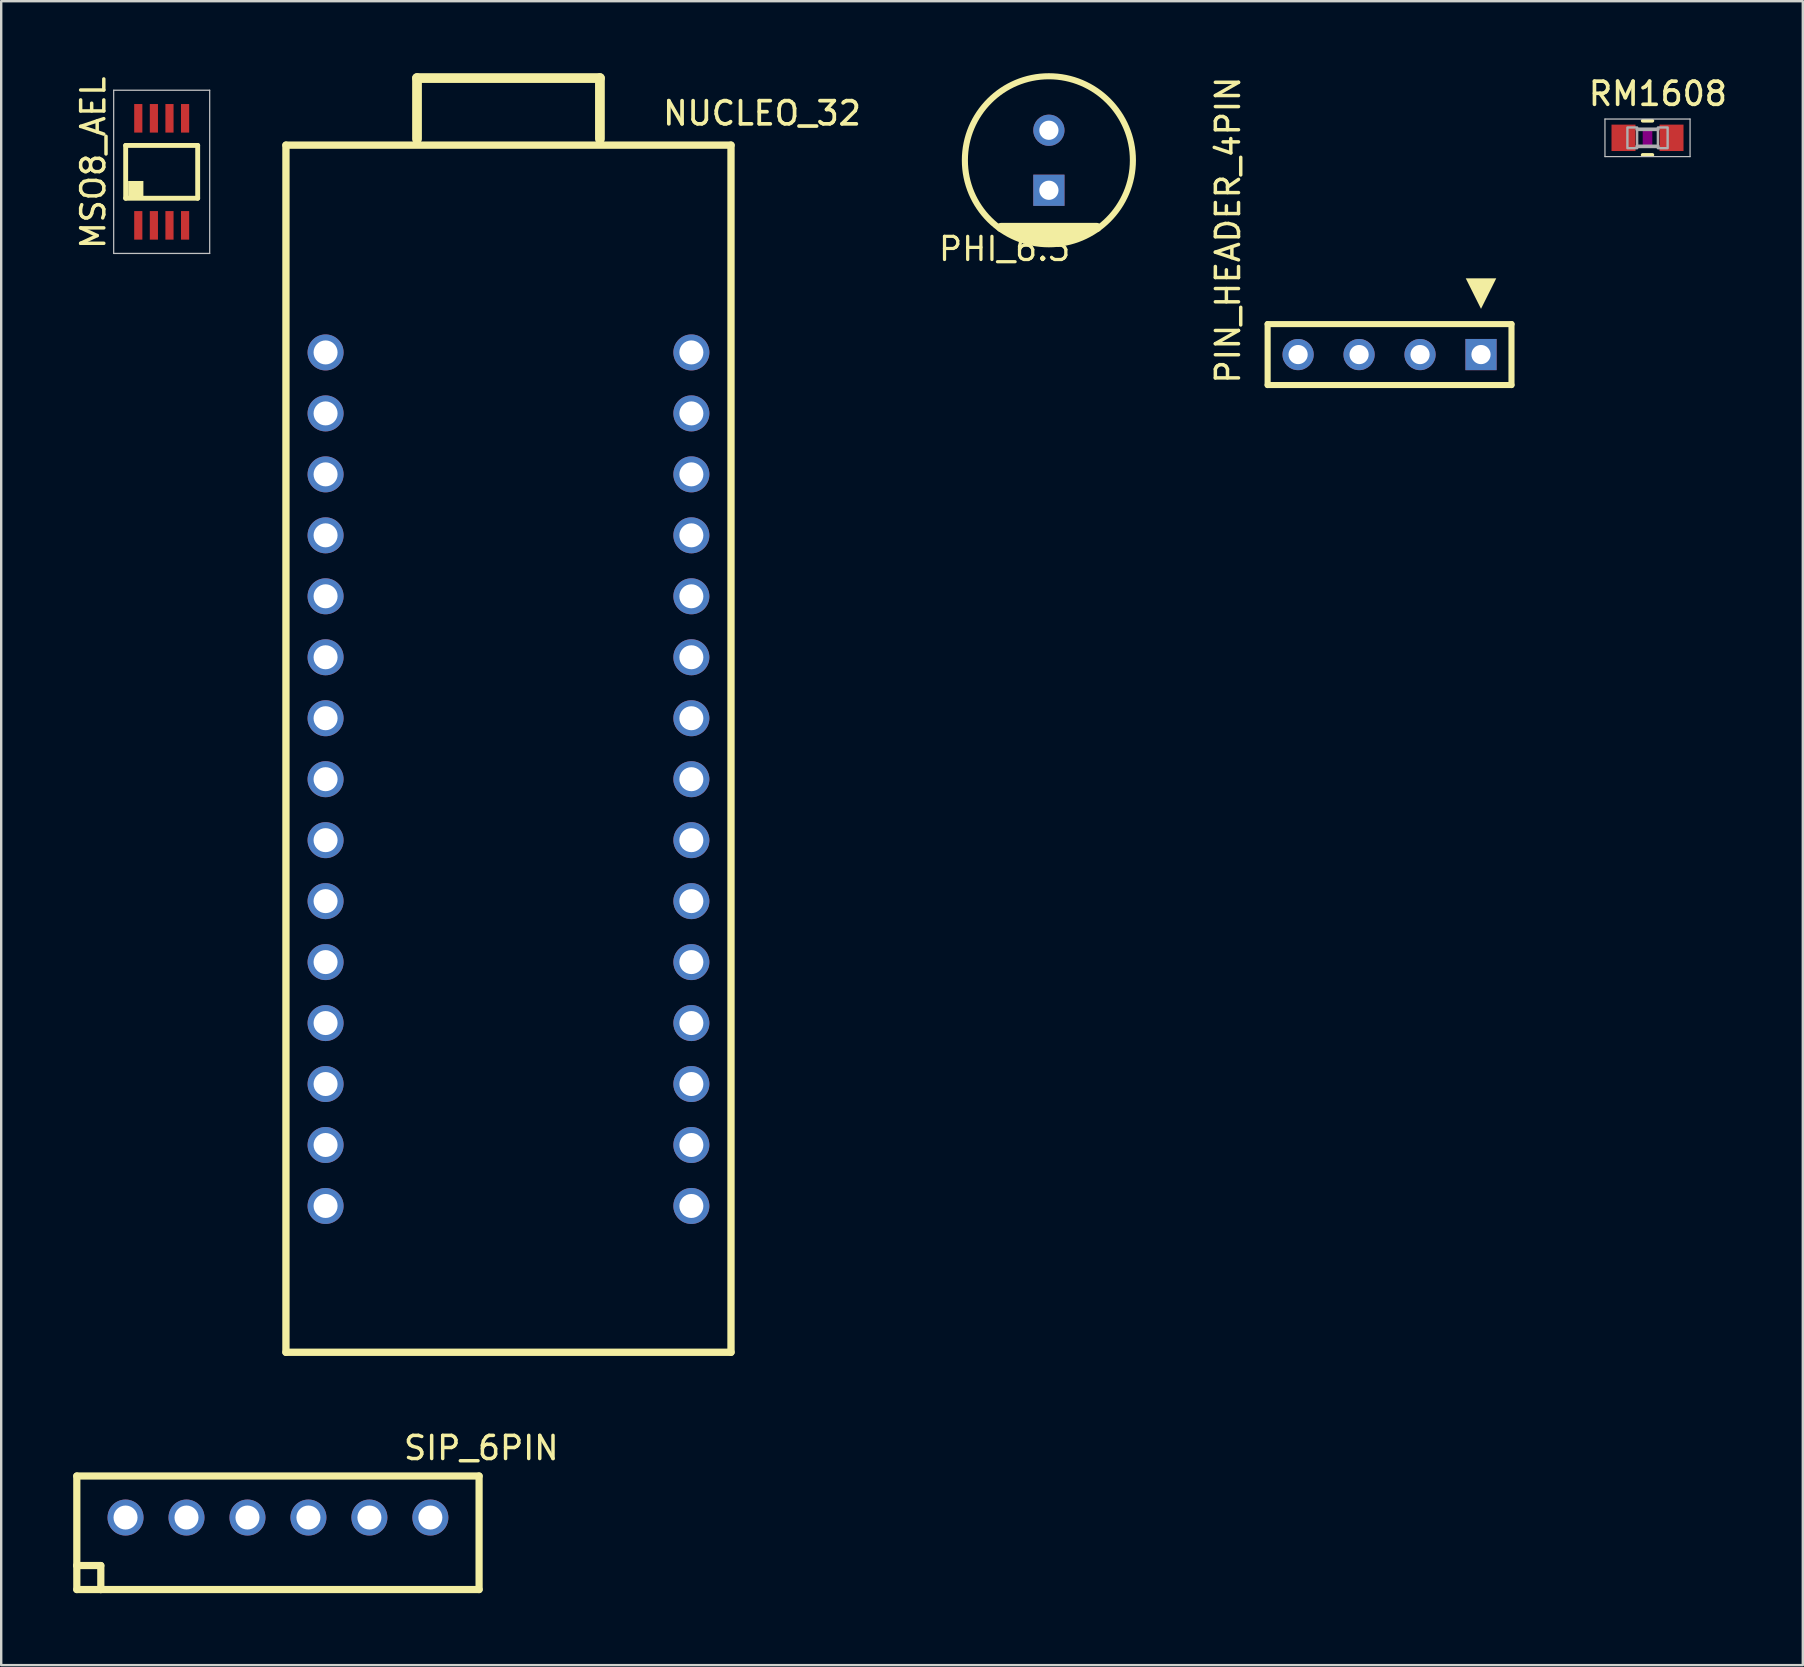
<source format=kicad_pcb>
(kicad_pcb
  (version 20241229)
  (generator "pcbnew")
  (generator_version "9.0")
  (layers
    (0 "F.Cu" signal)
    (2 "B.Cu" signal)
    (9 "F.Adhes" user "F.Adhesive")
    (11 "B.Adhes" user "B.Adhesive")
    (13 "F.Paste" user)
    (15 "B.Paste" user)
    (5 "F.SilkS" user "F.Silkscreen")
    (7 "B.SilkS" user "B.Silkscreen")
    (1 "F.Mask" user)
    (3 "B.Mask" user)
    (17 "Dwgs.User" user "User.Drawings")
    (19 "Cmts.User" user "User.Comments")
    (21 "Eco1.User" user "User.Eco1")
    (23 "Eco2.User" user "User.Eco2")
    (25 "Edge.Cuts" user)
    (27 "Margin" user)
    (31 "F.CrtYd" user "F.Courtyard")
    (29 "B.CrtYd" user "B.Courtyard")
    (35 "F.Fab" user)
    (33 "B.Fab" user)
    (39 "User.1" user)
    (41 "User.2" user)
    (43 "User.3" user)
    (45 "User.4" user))
  (footprint "PHI_6.3"
    (layer "F.Cu")
    (at 40.649 3.627)
    (property "Reference" "PHI_6.3" (at -4.667 4.259 180) (layer "F.SilkS") (effects (font (size 0.965 0.965) (thickness 0.135)) (justify left bottom)))
    (attr through_hole)
    (fp_line (start -2 2.8) (end 2 2.8) (stroke (width 0.381) (type solid)) (layer "F.SilkS"))
    (fp_line (start -1.4 3) (end 1.4 3) (stroke (width 0.406) (type solid)) (layer "F.SilkS"))
    (fp_line (start -1 3.2) (end 1 3.2) (stroke (width 0.406) (type solid)) (layer "F.SilkS"))
    (fp_circle (center 0 0) (end 3.5 0) (stroke (width 0.254) (type solid)) (fill no) (layer "F.SilkS"))
    (pad "NEG" thru_hole rect (at 0 1.25) (size 1.3 1.3) (drill 0.8) (layers "*.Cu" "*.Mask"))
    (pad "POS" thru_hole circle (at 0 -1.25) (size 1.3 1.3) (drill 0.8) (layers "*.Cu" "*.Mask")))
  (footprint "SIP_6PIN"
    (layer "F.Cu")
    (at 8.53 60.174)
    (property "Reference" "SIP_6PIN" (at 5.16 -2.333 0) (layer "F.SilkS") (effects (font (size 0.965 0.965) (thickness 0.145)) (justify left bottom)))
    (attr through_hole)
    (fp_line (start -8.38 -1.73) (end -8.38 2) (stroke (width 0.3) (type solid)) (layer "F.SilkS"))
    (fp_line (start -8.38 2) (end -8.38 3) (stroke (width 0.3) (type solid)) (layer "F.SilkS"))
    (fp_line (start -8.38 2) (end -7.38 2) (stroke (width 0.3) (type solid)) (layer "F.SilkS"))
    (fp_line (start -8.38 3) (end -7.38 3) (stroke (width 0.3) (type solid)) (layer "F.SilkS"))
    (fp_line (start -7.38 2) (end -7.38 3) (stroke (width 0.3) (type solid)) (layer "F.SilkS"))
    (fp_line (start -7.38 3) (end 8.38 3) (stroke (width 0.3) (type solid)) (layer "F.SilkS"))
    (fp_line (start 8.38 -1.73) (end -8.38 -1.73) (stroke (width 0.3) (type solid)) (layer "F.SilkS"))
    (fp_line (start 8.38 3) (end 8.38 -1.73) (stroke (width 0.3) (type solid)) (layer "F.SilkS"))
    (pad "1" thru_hole circle (at -6.35 0) (size 1.5 1.5) (drill 1) (layers "*.Cu" "*.Mask"))
    (pad "2" thru_hole circle (at -3.81 0) (size 1.5 1.5) (drill 1) (layers "*.Cu" "*.Mask"))
    (pad "3" thru_hole circle (at -1.27 0) (size 1.5 1.5) (drill 1) (layers "*.Cu" "*.Mask"))
    (pad "4" thru_hole circle (at 1.27 0) (size 1.5 1.5) (drill 1) (layers "*.Cu" "*.Mask"))
    (pad "5" thru_hole circle (at 3.81 0) (size 1.5 1.5) (drill 1) (layers "*.Cu" "*.Mask"))
    (pad "6" thru_hole circle (at 6.35 0) (size 1.5 1.5) (drill 1) (layers "*.Cu" "*.Mask")))
  (footprint "MSO8_AEL"
    (layer "F.Cu")
    (at 3.686 4.109)
    (property "Reference" "MSO8_AEL" (at -2.286 3.302 270) (layer "F.SilkS") (effects (font (size 0.965 0.965) (thickness 0.145)) (justify left bottom)))
    (attr through_hole)
    (fp_line (start -1.5 -1.1) (end 1.5 -1.1) (stroke (width 0.203) (type solid)) (layer "F.SilkS"))
    (fp_line (start -1.5 1.1) (end -1.5 -1.1) (stroke (width 0.203) (type solid)) (layer "F.SilkS"))
    (fp_line (start 1.5 -1.1) (end 1.5 1.1) (stroke (width 0.203) (type solid)) (layer "F.SilkS"))
    (fp_line (start 1.5 1.1) (end -1.5 1.1) (stroke (width 0.203) (type solid)) (layer "F.SilkS"))
    (fp_poly (pts (xy -1.397 1.016) (xy -0.762 1.016) (xy -0.762 0.381) (xy -1.397 0.381)) (stroke (width 0) (type solid)) (fill yes) (layer "F.SilkS"))
    (fp_line (start -2 -3.4) (end 2 -3.4) (stroke (width 0.051) (type solid)) (layer "Dwgs.User"))
    (fp_line (start -2 3.4) (end -2 -3.4) (stroke (width 0.051) (type solid)) (layer "Dwgs.User"))
    (fp_line (start 2 -3.4) (end 2 3.4) (stroke (width 0.051) (type solid)) (layer "Dwgs.User"))
    (fp_line (start 2 3.4) (end -2 3.4) (stroke (width 0.051) (type solid)) (layer "Dwgs.User"))
    (pad "1" smd rect (at -0.975 2.23) (size 0.34 1.19) (layers "F.Cu" "F.Mask" "F.Paste"))
    (pad "2" smd rect (at -0.325 2.23) (size 0.34 1.19) (layers "F.Cu" "F.Mask" "F.Paste"))
    (pad "3" smd rect (at 0.325 2.23) (size 0.34 1.19) (layers "F.Cu" "F.Mask" "F.Paste"))
    (pad "4" smd rect (at 0.975 2.23) (size 0.34 1.19) (layers "F.Cu" "F.Mask" "F.Paste"))
    (pad "5" smd rect (at 0.975 -2.23) (size 0.34 1.19) (layers "F.Cu" "F.Mask" "F.Paste"))
    (pad "6" smd rect (at 0.325 -2.23) (size 0.34 1.19) (layers "F.Cu" "F.Mask" "F.Paste"))
    (pad "7" smd rect (at -0.325 -2.23) (size 0.34 1.19) (layers "F.Cu" "F.Mask" "F.Paste"))
    (pad "8" smd rect (at -0.975 -2.23) (size 0.34 1.19) (layers "F.Cu" "F.Mask" "F.Paste")))
  (footprint "RM1608"
    (layer "F.Cu")
    (at 65.589 2.692)
    (property "Reference" "RM1608" (at -2.54 -1.27 0) (layer "F.SilkS") (effects (font (size 0.965 0.965) (thickness 0.152)) (justify left bottom)))
    (attr through_hole)
    (fp_line (start -0.203 -0.711) (end 0.203 -0.711) (stroke (width 0.152) (type solid)) (layer "F.SilkS"))
    (fp_line (start -0.203 0.711) (end 0.203 0.711) (stroke (width 0.152) (type solid)) (layer "F.SilkS"))
    (fp_poly (pts (xy -0.2 0.4) (xy 0.2 0.4) (xy 0.2 -0.4) (xy -0.2 -0.4)) (stroke (width 0) (type solid)) (fill yes) (layer "F.Adhes"))
    (fp_line (start -1.773 -0.783) (end 1.773 -0.783) (stroke (width 0.051) (type solid)) (layer "Dwgs.User"))
    (fp_line (start -1.773 0.783) (end -1.773 -0.783) (stroke (width 0.051) (type solid)) (layer "Dwgs.User"))
    (fp_line (start 1.773 -0.783) (end 1.773 0.783) (stroke (width 0.051) (type solid)) (layer "Dwgs.User"))
    (fp_line (start 1.773 0.783) (end -1.773 0.783) (stroke (width 0.051) (type solid)) (layer "Dwgs.User"))
    (fp_line (start -0.432 0.356) (end 0.432 0.356) (stroke (width 0.152) (type solid)) (layer "F.Fab"))
    (fp_line (start 0.432 -0.356) (end -0.432 -0.356) (stroke (width 0.152) (type solid)) (layer "F.Fab"))
    (fp_poly (pts (xy -0.838 0.432) (xy -0.432 0.432) (xy -0.432 -0.432) (xy -0.838 -0.432)) (stroke (width 0.1) (type solid)) (fill no) (layer "F.Fab"))
    (fp_poly (pts (xy 0.432 0.432) (xy 0.838 0.432) (xy 0.838 -0.432) (xy 0.432 -0.432)) (stroke (width 0.1) (type solid)) (fill no) (layer "F.Fab"))
    (pad "1" smd rect (at -1 0) (size 1 1.1) (layers "F.Cu" "F.Mask" "F.Paste"))
    (pad "2" smd rect (at 1 0) (size 1 1.1) (layers "F.Cu" "F.Mask" "F.Paste")))
  (footprint "NUCLEO_32"
    (layer "F.Cu")
    (at 18.134 28.143)
    (property "Reference" "NUCLEO_32" (at 6.35 -25.908 180) (layer "F.SilkS") (effects (font (size 0.965 0.965) (thickness 0.154)) (justify left bottom)))
    (attr through_hole)
    (fp_line (start -9.271 -25.146) (end 9.271 -25.146) (stroke (width 0.305) (type solid)) (layer "F.SilkS"))
    (fp_line (start -9.271 25.146) (end -9.271 -25.146) (stroke (width 0.305) (type solid)) (layer "F.SilkS"))
    (fp_line (start -3.81 -27.94) (end -3.81 -25.4) (stroke (width 0.406) (type solid)) (layer "F.SilkS"))
    (fp_line (start 3.81 -27.94) (end -3.81 -27.94) (stroke (width 0.406) (type solid)) (layer "F.SilkS"))
    (fp_line (start 3.81 -25.4) (end 3.81 -27.94) (stroke (width 0.406) (type solid)) (layer "F.SilkS"))
    (fp_line (start 9.271 -25.146) (end 9.271 25.146) (stroke (width 0.305) (type solid)) (layer "F.SilkS"))
    (fp_line (start 9.271 25.146) (end -9.271 25.146) (stroke (width 0.305) (type solid)) (layer "F.SilkS"))
    (pad "3-1" thru_hole circle (at -7.62 -16.51) (size 1.5 1.5) (drill 1) (layers "*.Cu" "*.Mask"))
    (pad "3-2" thru_hole circle (at -7.62 -13.97) (size 1.5 1.5) (drill 1) (layers "*.Cu" "*.Mask"))
    (pad "3-3" thru_hole circle (at -7.62 -11.43) (size 1.5 1.5) (drill 1) (layers "*.Cu" "*.Mask"))
    (pad "3-4" thru_hole circle (at -7.62 -8.89) (size 1.5 1.5) (drill 1) (layers "*.Cu" "*.Mask"))
    (pad "3-5" thru_hole circle (at -7.62 -6.35) (size 1.5 1.5) (drill 1) (layers "*.Cu" "*.Mask"))
    (pad "3-6" thru_hole circle (at -7.62 -3.81) (size 1.5 1.5) (drill 1) (layers "*.Cu" "*.Mask"))
    (pad "3-7" thru_hole circle (at -7.62 -1.27) (size 1.5 1.5) (drill 1) (layers "*.Cu" "*.Mask"))
    (pad "3-8" thru_hole circle (at -7.62 1.27) (size 1.5 1.5) (drill 1) (layers "*.Cu" "*.Mask"))
    (pad "3-9" thru_hole circle (at -7.62 3.81) (size 1.5 1.5) (drill 1) (layers "*.Cu" "*.Mask"))
    (pad "3-10" thru_hole circle (at -7.62 6.35) (size 1.5 1.5) (drill 1) (layers "*.Cu" "*.Mask"))
    (pad "3-11" thru_hole circle (at -7.62 8.89) (size 1.5 1.5) (drill 1) (layers "*.Cu" "*.Mask"))
    (pad "3-12" thru_hole circle (at -7.62 11.43) (size 1.5 1.5) (drill 1) (layers "*.Cu" "*.Mask"))
    (pad "3-13" thru_hole circle (at -7.62 13.97) (size 1.5 1.5) (drill 1) (layers "*.Cu" "*.Mask"))
    (pad "3-14" thru_hole circle (at -7.62 16.51) (size 1.5 1.5) (drill 1) (layers "*.Cu" "*.Mask"))
    (pad "3-15" thru_hole circle (at -7.62 19.05) (size 1.5 1.5) (drill 1) (layers "*.Cu" "*.Mask"))
    (pad "4-1" thru_hole circle (at 7.62 -16.51) (size 1.5 1.5) (drill 1) (layers "*.Cu" "*.Mask"))
    (pad "4-2" thru_hole circle (at 7.62 -13.97) (size 1.5 1.5) (drill 1) (layers "*.Cu" "*.Mask"))
    (pad "4-3" thru_hole circle (at 7.62 -11.43) (size 1.5 1.5) (drill 1) (layers "*.Cu" "*.Mask"))
    (pad "4-4" thru_hole circle (at 7.62 -8.89) (size 1.5 1.5) (drill 1) (layers "*.Cu" "*.Mask"))
    (pad "4-5" thru_hole circle (at 7.62 -6.35) (size 1.5 1.5) (drill 1) (layers "*.Cu" "*.Mask"))
    (pad "4-6" thru_hole circle (at 7.62 -3.81) (size 1.5 1.5) (drill 1) (layers "*.Cu" "*.Mask"))
    (pad "4-7" thru_hole circle (at 7.62 -1.27) (size 1.5 1.5) (drill 1) (layers "*.Cu" "*.Mask"))
    (pad "4-8" thru_hole circle (at 7.62 1.27) (size 1.5 1.5) (drill 1) (layers "*.Cu" "*.Mask"))
    (pad "4-9" thru_hole circle (at 7.62 3.81) (size 1.5 1.5) (drill 1) (layers "*.Cu" "*.Mask"))
    (pad "4-10" thru_hole circle (at 7.62 6.35) (size 1.5 1.5) (drill 1) (layers "*.Cu" "*.Mask"))
    (pad "4-11" thru_hole circle (at 7.62 8.89) (size 1.5 1.5) (drill 1) (layers "*.Cu" "*.Mask"))
    (pad "4-12" thru_hole circle (at 7.62 11.43) (size 1.5 1.5) (drill 1) (layers "*.Cu" "*.Mask"))
    (pad "4-13" thru_hole circle (at 7.62 13.97) (size 1.5 1.5) (drill 1) (layers "*.Cu" "*.Mask"))
    (pad "4-14" thru_hole circle (at 7.62 16.51) (size 1.5 1.5) (drill 1) (layers "*.Cu" "*.Mask"))
    (pad "4-15" thru_hole circle (at 7.62 19.05) (size 1.5 1.5) (drill 1) (layers "*.Cu" "*.Mask")))
  (footprint "PIN_HEADER_4PIN"
    (layer "F.Cu")
    (at 58.652 11.722)
    (property "Reference" "PIN_HEADER_4PIN" (at -9.977 1.297 90) (layer "F.SilkS") (effects (font (size 0.965 0.965) (thickness 0.145)) (justify left bottom)))
    (attr through_hole)
    (fp_line (start -8.89 -1.27) (end 1.27 -1.27) (stroke (width 0.254) (type solid)) (layer "F.SilkS"))
    (fp_line (start -8.89 1.27) (end -8.89 -1.27) (stroke (width 0.254) (type solid)) (layer "F.SilkS"))
    (fp_line (start 1.27 -1.27) (end 1.27 1.27) (stroke (width 0.254) (type solid)) (layer "F.SilkS"))
    (fp_line (start 1.27 1.27) (end -8.89 1.27) (stroke (width 0.254) (type solid)) (layer "F.SilkS"))
    (fp_poly (pts (xy -0.635 -3.175) (xy 0 -1.905) (xy 0.635 -3.175)) (stroke (width 0) (type solid)) (fill yes) (layer "F.SilkS"))
    (pad "1" thru_hole rect (at 0 0) (size 1.3 1.3) (drill 0.8) (layers "*.Cu" "*.Mask"))
    (pad "2" thru_hole circle (at -2.54 0) (size 1.3 1.3) (drill 0.8) (layers "*.Cu" "*.Mask"))
    (pad "3" thru_hole circle (at -5.08 0) (size 1.3 1.3) (drill 0.8) (layers "*.Cu" "*.Mask"))
    (pad "4" thru_hole circle (at -7.62 0) (size 1.3 1.3) (drill 0.8) (layers "*.Cu" "*.Mask")))
  (gr_rect
    (start -3 -3)
    (end 72.059 66.324)
    (stroke (width 0.1) (type default))
    (fill no)
    (layer "Edge.Cuts")))
</source>
